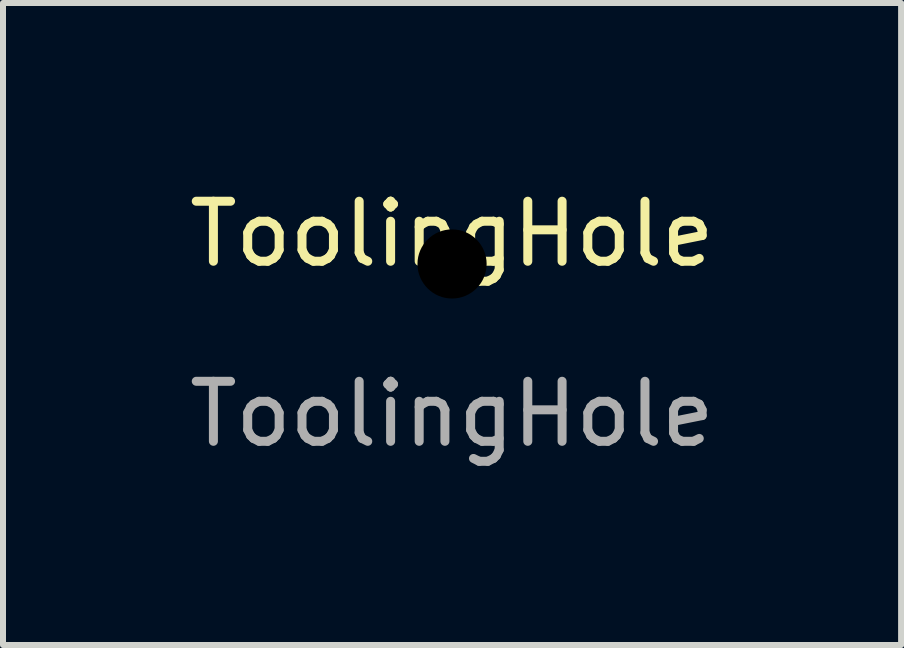
<source format=kicad_pcb>
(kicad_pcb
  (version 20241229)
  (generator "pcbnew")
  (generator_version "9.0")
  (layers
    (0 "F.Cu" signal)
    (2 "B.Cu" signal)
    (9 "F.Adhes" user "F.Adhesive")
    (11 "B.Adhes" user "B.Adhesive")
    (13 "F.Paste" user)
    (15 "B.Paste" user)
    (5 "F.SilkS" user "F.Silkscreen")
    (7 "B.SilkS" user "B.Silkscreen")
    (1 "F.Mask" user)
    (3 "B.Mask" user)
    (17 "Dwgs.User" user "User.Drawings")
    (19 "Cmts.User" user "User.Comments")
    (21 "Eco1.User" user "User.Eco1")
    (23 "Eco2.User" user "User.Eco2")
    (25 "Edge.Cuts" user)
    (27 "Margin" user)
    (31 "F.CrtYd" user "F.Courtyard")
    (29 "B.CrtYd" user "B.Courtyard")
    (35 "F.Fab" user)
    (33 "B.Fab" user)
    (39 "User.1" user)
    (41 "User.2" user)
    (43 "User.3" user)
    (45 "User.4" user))
  (footprint "ToolingHole"
    (layer "F.Cu")
    (at 4.482 1.348)
    (property "Reference" "ToolingHole" (at 0 -0.5 0) (unlocked yes) (layer "F.SilkS") (effects (font (size 1 1) (thickness 0.15))))
    (attr through_hole)
    (fp_text user "${REFERENCE}" (at 0 2.5 0) (unlocked yes) (layer "F.Fab") (effects (font (size 1 1) (thickness 0.15))))
    (pad "" np_thru_hole circle (at 0 0) (size 1.152 1.152) (drill 1.152) (layers "*.Mask")))
  (gr_rect
    (start -3 -3)
    (end 11.964 7.697)
    (stroke (width 0.1) (type default))
    (fill no)
    (layer "Edge.Cuts")))
</source>
